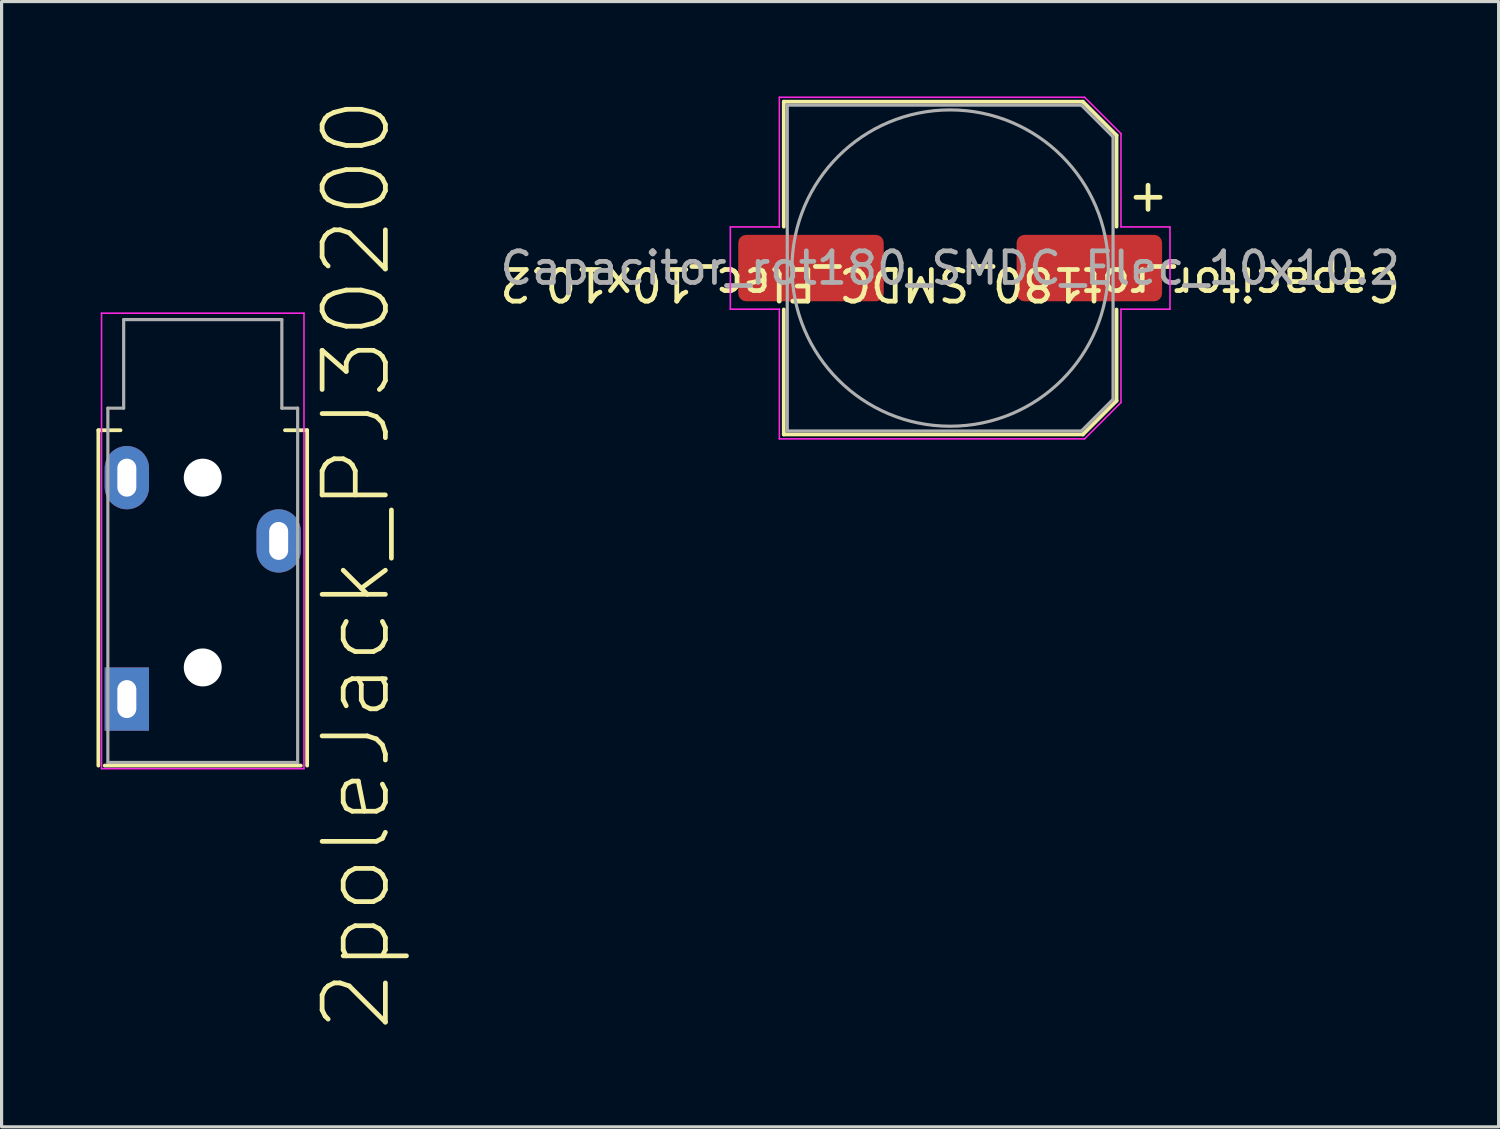
<source format=kicad_pcb>
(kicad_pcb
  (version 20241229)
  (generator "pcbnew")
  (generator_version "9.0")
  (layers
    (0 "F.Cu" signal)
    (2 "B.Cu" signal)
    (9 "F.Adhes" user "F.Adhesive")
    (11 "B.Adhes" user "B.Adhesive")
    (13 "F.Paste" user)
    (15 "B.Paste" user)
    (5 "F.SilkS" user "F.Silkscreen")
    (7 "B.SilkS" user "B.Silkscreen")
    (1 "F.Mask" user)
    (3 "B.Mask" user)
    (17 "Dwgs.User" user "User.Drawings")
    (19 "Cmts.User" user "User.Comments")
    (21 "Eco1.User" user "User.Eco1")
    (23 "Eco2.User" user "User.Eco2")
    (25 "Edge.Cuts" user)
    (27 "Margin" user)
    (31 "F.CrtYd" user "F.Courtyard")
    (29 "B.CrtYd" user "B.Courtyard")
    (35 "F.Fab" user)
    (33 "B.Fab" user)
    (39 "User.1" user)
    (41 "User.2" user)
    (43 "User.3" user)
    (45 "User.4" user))
  (footprint "Capacitor_rot180_SMDC_Elec_10x10.2"
    (layer "F.Cu")
    (at 26.989 5.425)
    (property "Reference" "Capacitor_rot180_SMDC_Elec_10x10.2" (at 0 0.5 180) (unlocked yes) (layer "F.SilkS") (effects (font (size 1 1) (thickness 0.15))))
    (attr smd)
    (fp_line (start -5.26 -5.26) (end -5.26 -1.31) (stroke (width 0.12) (type solid)) (layer "F.SilkS"))
    (fp_line (start -5.26 5.26) (end -5.26 1.31) (stroke (width 0.12) (type solid)) (layer "F.SilkS"))
    (fp_line (start 4.196 -5.26) (end -5.26 -5.26) (stroke (width 0.12) (type solid)) (layer "F.SilkS"))
    (fp_line (start 4.196 5.26) (end -5.26 5.26) (stroke (width 0.12) (type solid)) (layer "F.SilkS"))
    (fp_line (start 5.26 -4.196) (end 4.196 -5.26) (stroke (width 0.12) (type solid)) (layer "F.SilkS"))
    (fp_line (start 5.26 -4.196) (end 5.26 -1.31) (stroke (width 0.12) (type solid)) (layer "F.SilkS"))
    (fp_line (start 5.26 4.196) (end 4.196 5.26) (stroke (width 0.12) (type solid)) (layer "F.SilkS"))
    (fp_line (start 5.26 4.196) (end 5.26 1.31) (stroke (width 0.12) (type solid)) (layer "F.SilkS"))
    (fp_line (start -6.95 -1.3) (end -5.4 -1.3) (stroke (width 0.05) (type solid)) (layer "F.CrtYd"))
    (fp_line (start -6.95 1.3) (end -6.95 -1.3) (stroke (width 0.05) (type solid)) (layer "F.CrtYd"))
    (fp_line (start -5.4 -1.3) (end -5.4 -5.4) (stroke (width 0.05) (type solid)) (layer "F.CrtYd"))
    (fp_line (start -5.4 1.3) (end -6.95 1.3) (stroke (width 0.05) (type solid)) (layer "F.CrtYd"))
    (fp_line (start -5.4 5.4) (end -5.4 1.3) (stroke (width 0.05) (type solid)) (layer "F.CrtYd"))
    (fp_line (start 4.25 -5.4) (end -5.4 -5.4) (stroke (width 0.05) (type solid)) (layer "F.CrtYd"))
    (fp_line (start 4.25 5.4) (end -5.4 5.4) (stroke (width 0.05) (type solid)) (layer "F.CrtYd"))
    (fp_line (start 5.4 -4.25) (end 4.25 -5.4) (stroke (width 0.05) (type solid)) (layer "F.CrtYd"))
    (fp_line (start 5.4 -1.3) (end 5.4 -4.25) (stroke (width 0.05) (type solid)) (layer "F.CrtYd"))
    (fp_line (start 5.4 1.3) (end 6.95 1.3) (stroke (width 0.05) (type solid)) (layer "F.CrtYd"))
    (fp_line (start 5.4 4.25) (end 4.25 5.4) (stroke (width 0.05) (type solid)) (layer "F.CrtYd"))
    (fp_line (start 5.4 4.25) (end 5.4 1.3) (stroke (width 0.05) (type solid)) (layer "F.CrtYd"))
    (fp_line (start 6.95 -1.3) (end 5.4 -1.3) (stroke (width 0.05) (type solid)) (layer "F.CrtYd"))
    (fp_line (start 6.95 1.3) (end 6.95 -1.3) (stroke (width 0.05) (type solid)) (layer "F.CrtYd"))
    (fp_line (start -5.15 5.15) (end -5.15 -5.15) (stroke (width 0.1) (type solid)) (layer "F.Fab"))
    (fp_line (start 4.15 -5.15) (end -5.15 -5.15) (stroke (width 0.1) (type solid)) (layer "F.Fab"))
    (fp_line (start 4.15 5.15) (end -5.15 5.15) (stroke (width 0.1) (type solid)) (layer "F.Fab"))
    (fp_line (start 5.15 -4.15) (end 4.15 -5.15) (stroke (width 0.1) (type solid)) (layer "F.Fab"))
    (fp_line (start 5.15 4.15) (end 4.15 5.15) (stroke (width 0.1) (type solid)) (layer "F.Fab"))
    (fp_line (start 5.15 4.15) (end 5.15 -4.15) (stroke (width 0.1) (type solid)) (layer "F.Fab"))
    (fp_circle (center 0 0) (end -5 0) (stroke (width 0.1) (type solid)) (fill no) (layer "F.Fab"))
    (fp_text user "+" (at 5.538 -1.727 0) (unlocked yes) (layer "F.SilkS") (effects (font (size 1 1) (thickness 0.15)) (justify left bottom)))
    (fp_text user "${REFERENCE}" (at 0 0 180) (layer "F.Fab") (effects (font (size 1 1) (thickness 0.15))))
    (pad "1" smd roundrect (at 4.4 0 180) (size 4.6 2.1) (layers "F.Cu" "F.Mask" "F.Paste") (roundrect_rratio 0.119))
    (pad "2" smd roundrect (at -4.4 0 180) (size 4.6 2.1) (layers "F.Cu" "F.Mask" "F.Paste") (roundrect_rratio 0.119)))
  (footprint "2poleJack_PJ30200"
    (layer "F.Cu")
    (at 3.36 22.051)
    (property "Reference" "2poleJack_PJ30200" (at 4.856 -7.264 90) (layer "F.SilkS") (effects (font (size 2 2) (thickness 0.15))))
    (attr through_hole)
    (fp_line (start -3.3 -11.5) (end -3.3 -0.897) (stroke (width 0.12) (type solid)) (layer "F.SilkS"))
    (fp_line (start -3.3 -11.5) (end -2.6 -11.5) (stroke (width 0.12) (type solid)) (layer "F.SilkS"))
    (fp_line (start -3.099 -0.897) (end 3.1 -0.897) (stroke (width 0.12) (type solid)) (layer "F.SilkS"))
    (fp_line (start 2.6 -11.5) (end 3.3 -11.5) (stroke (width 0.12) (type solid)) (layer "F.SilkS"))
    (fp_line (start 3.3 -11.5) (end 3.3 -0.897) (stroke (width 0.12) (type solid)) (layer "F.SilkS"))
    (fp_line (start -3.2 -15.2) (end -3.2 -0.8) (stroke (width 0.05) (type solid)) (layer "F.CrtYd"))
    (fp_line (start -3.2 -15.2) (end 3.2 -15.2) (stroke (width 0.05) (type solid)) (layer "F.CrtYd"))
    (fp_line (start -3.2 -0.8) (end 3.2 -0.8) (stroke (width 0.05) (type solid)) (layer "F.CrtYd"))
    (fp_line (start 3.2 -15.2) (end 3.2 -0.8) (stroke (width 0.05) (type solid)) (layer "F.CrtYd"))
    (fp_line (start -3 -12.197) (end -2.5 -12.197) (stroke (width 0.1) (type solid)) (layer "F.Fab"))
    (fp_line (start -3 -0.997) (end -3 -12.197) (stroke (width 0.1) (type solid)) (layer "F.Fab"))
    (fp_line (start -2.5 -14.997) (end 2.5 -14.997) (stroke (width 0.1) (type solid)) (layer "F.Fab"))
    (fp_line (start -2.5 -12.197) (end -2.5 -14.997) (stroke (width 0.1) (type solid)) (layer "F.Fab"))
    (fp_line (start 2.5 -14.997) (end 2.5 -12.197) (stroke (width 0.1) (type solid)) (layer "F.Fab"))
    (fp_line (start 2.5 -12.197) (end 3 -12.197) (stroke (width 0.1) (type solid)) (layer "F.Fab"))
    (fp_line (start 3 -12.197) (end 3 -0.997) (stroke (width 0.1) (type solid)) (layer "F.Fab"))
    (fp_line (start 3 -0.997) (end -2.997 -0.997) (stroke (width 0.1) (type solid)) (layer "F.Fab"))
    (pad "" np_thru_hole circle (at 0 -10 270) (size 1.2 1.2) (drill 1.2) (layers "*.Cu" "*.Mask"))
    (pad "" np_thru_hole circle (at 0 -4 270) (size 1.2 1.2) (drill 1.2) (layers "*.Cu" "*.Mask"))
    (pad "R" thru_hole oval (at 2.4 -8 270) (size 2 1.4) (drill oval 1.2 0.6) (layers "*.Cu" "*.Mask"))
    (pad "S" thru_hole oval (at -2.4 -10 270) (size 2 1.4) (drill oval 1.2 0.6) (layers "*.Cu" "*.Mask"))
    (pad "T" thru_hole rect (at -2.4 -3 270) (size 2 1.4) (drill oval 1.2 0.6) (layers "*.Cu" "*.Mask")))
  (gr_rect
    (start -3 -3)
    (end 44.328 32.574)
    (stroke (width 0.1) (type default))
    (fill no)
    (layer "Edge.Cuts")))
</source>
